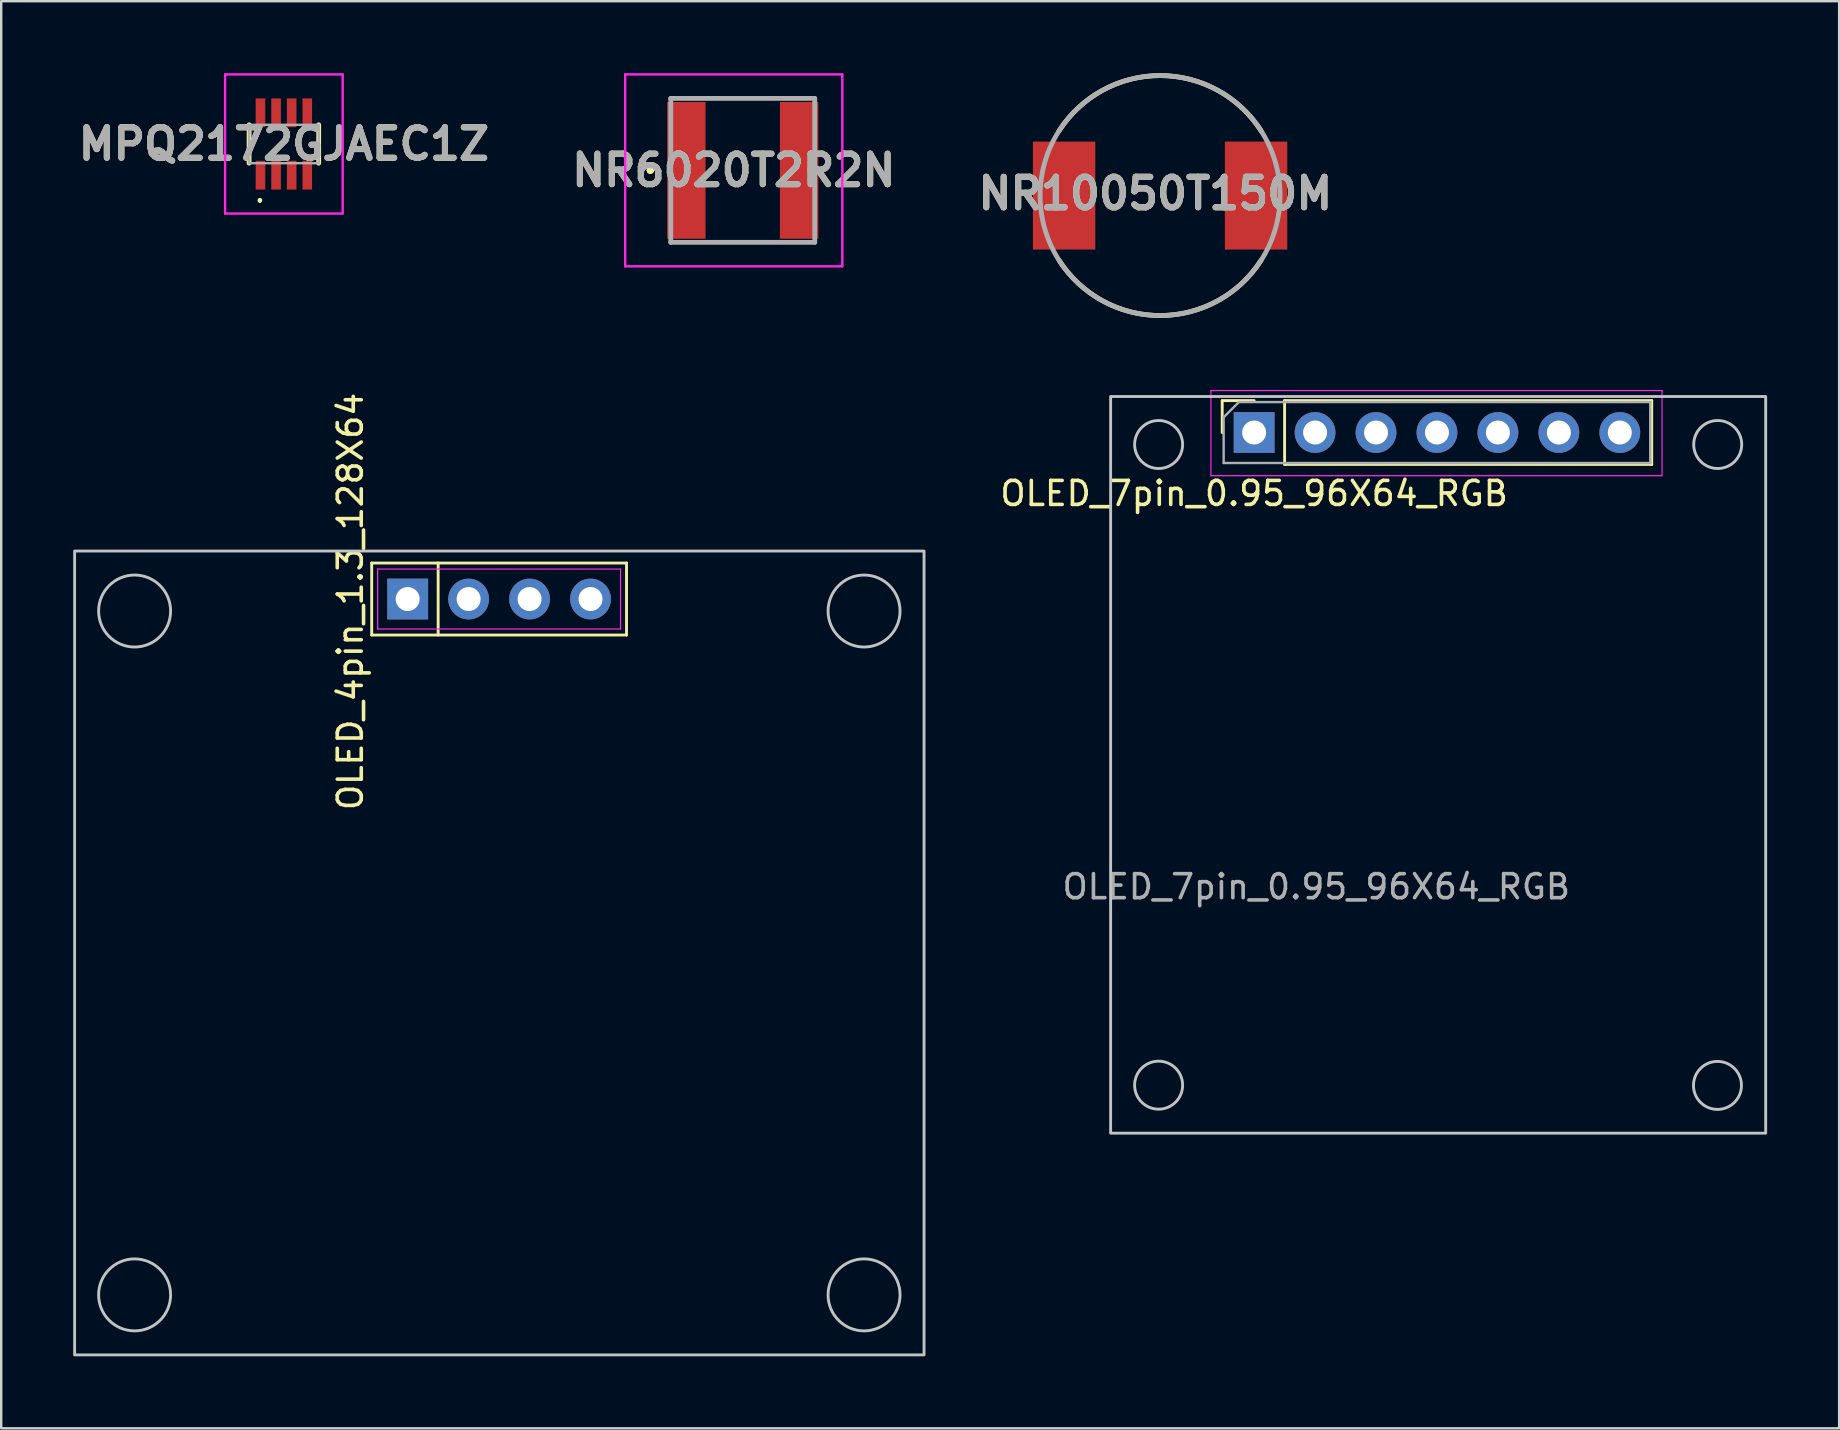
<source format=kicad_pcb>
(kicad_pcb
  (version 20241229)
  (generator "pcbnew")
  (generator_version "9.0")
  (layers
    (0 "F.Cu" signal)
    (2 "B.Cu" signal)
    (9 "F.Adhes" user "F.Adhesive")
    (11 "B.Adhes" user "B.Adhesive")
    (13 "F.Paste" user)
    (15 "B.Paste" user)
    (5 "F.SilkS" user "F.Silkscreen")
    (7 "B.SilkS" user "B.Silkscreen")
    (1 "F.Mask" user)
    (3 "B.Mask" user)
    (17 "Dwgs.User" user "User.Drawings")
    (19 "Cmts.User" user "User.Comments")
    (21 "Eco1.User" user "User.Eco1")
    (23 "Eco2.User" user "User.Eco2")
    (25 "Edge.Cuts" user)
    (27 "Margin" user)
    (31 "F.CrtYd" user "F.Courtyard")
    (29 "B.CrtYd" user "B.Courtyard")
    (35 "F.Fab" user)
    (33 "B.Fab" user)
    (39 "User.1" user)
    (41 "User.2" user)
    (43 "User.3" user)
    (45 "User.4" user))
  (footprint "NR6020T2R2N"
    (layer "F.Cu")
    (at 27.904 4.05)
    (property "Reference" "NR6020T2R2N" (at -0.375 0 0) (layer "F.SilkS") (effects (font (size 1.27 1.27) (thickness 0.254))))
    (attr smd)
    (fp_line (start -3.9 0) (end -3.9 0) (stroke (width 0.2) (type solid)) (layer "F.SilkS"))
    (fp_line (start -3.9 0) (end -3.9 0) (stroke (width 0.2) (type solid)) (layer "F.SilkS"))
    (fp_line (start -3.8 0) (end -3.8 0) (stroke (width 0.2) (type solid)) (layer "F.SilkS"))
    (fp_arc (start -3.9 0) (mid -3.85 -0.05) (end -3.8 0) (stroke (width 0.2) (type solid)) (layer "F.SilkS"))
    (fp_arc (start -3.8 0) (mid -3.85 0.05) (end -3.9 0) (stroke (width 0.2) (type solid)) (layer "F.SilkS"))
    (fp_arc (start -3.8 0) (mid -3.85 0.05) (end -3.9 0) (stroke (width 0.2) (type solid)) (layer "F.SilkS"))
    (fp_line (start -4.9 -4) (end 4.15 -4) (stroke (width 0.1) (type solid)) (layer "F.CrtYd"))
    (fp_line (start -4.9 4) (end -4.9 -4) (stroke (width 0.1) (type solid)) (layer "F.CrtYd"))
    (fp_line (start 4.15 -4) (end 4.15 4) (stroke (width 0.1) (type solid)) (layer "F.CrtYd"))
    (fp_line (start 4.15 4) (end -4.9 4) (stroke (width 0.1) (type solid)) (layer "F.CrtYd"))
    (fp_line (start -3 -3) (end -3 3) (stroke (width 0.2) (type solid)) (layer "F.Fab"))
    (fp_line (start -3 3) (end 3 3) (stroke (width 0.2) (type solid)) (layer "F.Fab"))
    (fp_line (start 3 -3) (end -3 -3) (stroke (width 0.2) (type solid)) (layer "F.Fab"))
    (fp_line (start 3 3) (end 3 -3) (stroke (width 0.2) (type solid)) (layer "F.Fab"))
    (fp_text user "${REFERENCE}" (at -0.375 0 0) (layer "F.Fab") (effects (font (size 1.27 1.27) (thickness 0.254))))
    (pad "1" smd rect (at -2.35 0) (size 1.6 5.7) (layers "F.Cu" "F.Mask" "F.Paste"))
    (pad "2" smd rect (at 2.35 0) (size 1.6 5.7) (layers "F.Cu" "F.Mask" "F.Paste")))
  (footprint "OLED_4pin_1.3_128X64"
    (layer "F.Cu")
    (at 17.76 36.665)
    (property "Reference" "OLED_4pin_1.3_128X64" (at -6.21 -14.65 270) (layer "F.SilkS") (effects (font (size 1 1) (thickness 0.15))))
    (attr through_hole)
    (fp_line (start -5.32 -16.25) (end 5.3 -16.25) (stroke (width 0.12) (type solid)) (layer "F.SilkS"))
    (fp_line (start -5.32 -13.25) (end -5.32 -16.25) (stroke (width 0.12) (type solid)) (layer "F.SilkS"))
    (fp_line (start -2.55 -16.25) (end -2.55 -13.25) (stroke (width 0.12) (type solid)) (layer "F.SilkS"))
    (fp_line (start 5.3 -16.25) (end 5.3 -13.25) (stroke (width 0.12) (type solid)) (layer "F.SilkS"))
    (fp_line (start 5.3 -13.25) (end -5.32 -13.25) (stroke (width 0.12) (type solid)) (layer "F.SilkS"))
    (fp_rect (start -17.7 -16.75) (end 17.7 16.75) (stroke (width 0.12) (type default)) (fill no) (layer "Dwgs.User"))
    (fp_circle (center -15.2 -14.25) (end -13.7 -14.25) (stroke (width 0.12) (type default)) (fill no) (layer "Dwgs.User"))
    (fp_circle (center -15.2 14.25) (end -13.7 14.25) (stroke (width 0.12) (type default)) (fill no) (layer "Dwgs.User"))
    (fp_circle (center 15.2 -14.25) (end 16.7 -14.25) (stroke (width 0.12) (type default)) (fill no) (layer "Dwgs.User"))
    (fp_circle (center 15.2 14.25) (end 16.7 14.25) (stroke (width 0.12) (type default)) (fill no) (layer "Dwgs.User"))
    (fp_line (start -5.07 -16) (end 5.05 -16) (stroke (width 0.05) (type solid)) (layer "F.CrtYd"))
    (fp_line (start -5.07 -13.5) (end -5.07 -16) (stroke (width 0.05) (type solid)) (layer "F.CrtYd"))
    (fp_line (start 5.05 -16) (end 5.05 -13.5) (stroke (width 0.05) (type solid)) (layer "F.CrtYd"))
    (fp_line (start 5.05 -13.5) (end -5.07 -13.5) (stroke (width 0.05) (type solid)) (layer "F.CrtYd"))
    (pad "1" thru_hole rect (at -3.82 -14.75) (size 1.7 1.7) (drill 1) (layers "*.Cu" "*.Mask"))
    (pad "2" thru_hole circle (at -1.28 -14.75) (size 1.7 1.7) (drill 1) (layers "*.Cu" "*.Mask"))
    (pad "3" thru_hole circle (at 1.26 -14.75) (size 1.7 1.7) (drill 1) (layers "*.Cu" "*.Mask"))
    (pad "4" thru_hole circle (at 3.8 -14.75) (size 1.7 1.7) (drill 1) (layers "*.Cu" "*.Mask")))
  (footprint "NR10050T150M"
    (layer "F.Cu")
    (at 45.297 5.1)
    (property "Reference" "NR10050T150M" (at -0.199 -0.086 0) (layer "F.SilkS") (effects (font (size 1.27 1.27) (thickness 0.254))))
    (attr smd)
    (fp_arc (start -4.20833 -2.7) (mid -0.00143 -5.000004) (end 4.206784 -2.702407) (stroke (width 0.2) (type solid)) (layer "F.SilkS"))
    (fp_arc (start 4.20833 2.7) (mid 0.00143 5.000004) (end -4.206784 2.702407) (stroke (width 0.2) (type solid)) (layer "F.SilkS"))
    (fp_circle (center 0 0) (end 0 5) (stroke (width 0.2) (type solid)) (fill no) (layer "F.Fab"))
    (fp_text user "${REFERENCE}" (at -0.199 -0.086 0) (layer "F.Fab") (effects (font (size 1.27 1.27) (thickness 0.254))))
    (pad "1" smd rect (at -4 0) (size 2.6 4.5) (layers "F.Cu" "F.Mask" "F.Paste"))
    (pad "2" smd rect (at 4 0) (size 2.6 4.5) (layers "F.Cu" "F.Mask" "F.Paste")))
  (footprint "MPQ2172GJAEC1Z"
    (layer "F.Cu")
    (at 8.781 2.95)
    (property "Reference" "MPQ2172GJAEC1Z" (at 0 0 0) (layer "F.SilkS") (effects (font (size 1.27 1.27) (thickness 0.254))))
    (attr smd)
    (fp_line (start -1.45 -0.8) (end -1.45 0.8) (stroke (width 0.2) (type solid)) (layer "F.SilkS"))
    (fp_line (start -1 2.3) (end -1 2.3) (stroke (width 0.1) (type solid)) (layer "F.SilkS"))
    (fp_line (start -1 2.4) (end -1 2.4) (stroke (width 0.1) (type solid)) (layer "F.SilkS"))
    (fp_line (start 1.45 -0.8) (end 1.45 0.8) (stroke (width 0.2) (type solid)) (layer "F.SilkS"))
    (fp_arc (start -1 2.3) (mid -0.95 2.35) (end -1 2.4) (stroke (width 0.1) (type solid)) (layer "F.SilkS"))
    (fp_arc (start -1 2.4) (mid -1.05 2.35) (end -1 2.3) (stroke (width 0.1) (type solid)) (layer "F.SilkS"))
    (fp_line (start -2.45 -2.9) (end 2.45 -2.9) (stroke (width 0.1) (type solid)) (layer "F.CrtYd"))
    (fp_line (start -2.45 2.9) (end -2.45 -2.9) (stroke (width 0.1) (type solid)) (layer "F.CrtYd"))
    (fp_line (start 2.45 -2.9) (end 2.45 2.9) (stroke (width 0.1) (type solid)) (layer "F.CrtYd"))
    (fp_line (start 2.45 2.9) (end -2.45 2.9) (stroke (width 0.1) (type solid)) (layer "F.CrtYd"))
    (fp_line (start -1.45 -0.8) (end 1.45 -0.8) (stroke (width 0.1) (type solid)) (layer "F.Fab"))
    (fp_line (start -1.45 0.8) (end -1.45 -0.8) (stroke (width 0.1) (type solid)) (layer "F.Fab"))
    (fp_line (start 1.45 -0.8) (end 1.45 0.8) (stroke (width 0.1) (type solid)) (layer "F.Fab"))
    (fp_line (start 1.45 0.8) (end -1.45 0.8) (stroke (width 0.1) (type solid)) (layer "F.Fab"))
    (fp_text user "${REFERENCE}" (at 0 0 0) (layer "F.Fab") (effects (font (size 1.27 1.27) (thickness 0.254))))
    (pad "1" smd rect (at -0.975 1.3) (size 0.4 1.2) (layers "F.Cu" "F.Mask" "F.Paste"))
    (pad "2" smd rect (at -0.325 1.3) (size 0.4 1.2) (layers "F.Cu" "F.Mask" "F.Paste"))
    (pad "3" smd rect (at 0.325 1.3) (size 0.4 1.2) (layers "F.Cu" "F.Mask" "F.Paste"))
    (pad "4" smd rect (at 0.975 1.3) (size 0.4 1.2) (layers "F.Cu" "F.Mask" "F.Paste"))
    (pad "5" smd rect (at 0.975 -1.3) (size 0.4 1.2) (layers "F.Cu" "F.Mask" "F.Paste"))
    (pad "6" smd rect (at 0.325 -1.3) (size 0.4 1.2) (layers "F.Cu" "F.Mask" "F.Paste"))
    (pad "7" smd rect (at -0.325 -1.3) (size 0.4 1.2) (layers "F.Cu" "F.Mask" "F.Paste"))
    (pad "8" smd rect (at -0.975 -1.3) (size 0.4 1.2) (layers "F.Cu" "F.Mask" "F.Paste")))
  (footprint "OLED_7pin_0.95_96X64_RGB"
    (layer "F.Cu")
    (at 56.886 28.825)
    (property "Reference" "OLED_7pin_0.95_96X64_RGB" (at -7.67 -11.31 180) (layer "F.SilkS") (effects (font (size 1 1) (thickness 0.15))))
    (attr through_hole)
    (fp_line (start -9 -15.18) (end -7.67 -15.18) (stroke (width 0.12) (type solid)) (layer "F.SilkS"))
    (fp_line (start -9 -13.85) (end -9 -15.18) (stroke (width 0.12) (type solid)) (layer "F.SilkS"))
    (fp_line (start -6.4 -15.18) (end 8.9 -15.18) (stroke (width 0.12) (type solid)) (layer "F.SilkS"))
    (fp_line (start -6.4 -12.52) (end -6.4 -15.18) (stroke (width 0.12) (type solid)) (layer "F.SilkS"))
    (fp_line (start -6.4 -12.52) (end 8.9 -12.52) (stroke (width 0.12) (type solid)) (layer "F.SilkS"))
    (fp_line (start 8.9 -12.52) (end 8.9 -15.18) (stroke (width 0.12) (type solid)) (layer "F.SilkS"))
    (fp_rect (start -13.65 -15.35) (end 13.65 15.35) (stroke (width 0.12) (type default)) (fill no) (layer "Dwgs.User"))
    (fp_circle (center -11.65 -13.35) (end -11.65 -12.35) (stroke (width 0.12) (type default)) (fill no) (layer "Dwgs.User"))
    (fp_circle (center -11.65 13.35) (end -11.63 14.35) (stroke (width 0.12) (type default)) (fill no) (layer "Dwgs.User"))
    (fp_circle (center 11.64 13.36) (end 11.64 14.36) (stroke (width 0.12) (type default)) (fill no) (layer "Dwgs.User"))
    (fp_circle (center 11.65 -13.35) (end 11.65 -12.35) (stroke (width 0.12) (type default)) (fill no) (layer "Dwgs.User"))
    (fp_line (start -9.47 -15.6) (end 9.33 -15.6) (stroke (width 0.05) (type solid)) (layer "F.CrtYd"))
    (fp_line (start -9.47 -12.05) (end -9.47 -15.6) (stroke (width 0.05) (type solid)) (layer "F.CrtYd"))
    (fp_line (start 9.33 -15.6) (end 9.33 -12.05) (stroke (width 0.05) (type solid)) (layer "F.CrtYd"))
    (fp_line (start 9.33 -12.05) (end -9.47 -12.05) (stroke (width 0.05) (type solid)) (layer "F.CrtYd"))
    (fp_line (start -8.94 -14.485) (end -8.305 -15.12) (stroke (width 0.1) (type solid)) (layer "F.Fab"))
    (fp_line (start -8.94 -12.58) (end -8.94 -14.485) (stroke (width 0.1) (type solid)) (layer "F.Fab"))
    (fp_line (start -8.305 -15.12) (end 8.84 -15.12) (stroke (width 0.1) (type solid)) (layer "F.Fab"))
    (fp_line (start 8.84 -15.12) (end 8.84 -12.58) (stroke (width 0.1) (type solid)) (layer "F.Fab"))
    (fp_line (start 8.84 -12.58) (end -8.94 -12.58) (stroke (width 0.1) (type solid)) (layer "F.Fab"))
    (fp_text user "${REFERENCE}" (at -5.08 5.08 180) (layer "F.Fab") (effects (font (size 1 1) (thickness 0.15))))
    (pad "1" thru_hole rect (at -7.67 -13.85 90) (size 1.7 1.7) (drill 1) (layers "*.Cu" "*.Mask"))
    (pad "2" thru_hole oval (at -5.13 -13.85 90) (size 1.7 1.7) (drill 1) (layers "*.Cu" "*.Mask"))
    (pad "3" thru_hole oval (at -2.59 -13.85 90) (size 1.7 1.7) (drill 1) (layers "*.Cu" "*.Mask"))
    (pad "4" thru_hole oval (at -0.05 -13.85 90) (size 1.7 1.7) (drill 1) (layers "*.Cu" "*.Mask"))
    (pad "5" thru_hole oval (at 2.49 -13.85 90) (size 1.7 1.7) (drill 1) (layers "*.Cu" "*.Mask"))
    (pad "6" thru_hole oval (at 5.03 -13.85 90) (size 1.7 1.7) (drill 1) (layers "*.Cu" "*.Mask"))
    (pad "7" thru_hole oval (at 7.57 -13.85 90) (size 1.7 1.7) (drill 1) (layers "*.Cu" "*.Mask")))
  (gr_rect
    (start -3 -3)
    (end 73.596 56.475)
    (stroke (width 0.1) (type default))
    (fill no)
    (layer "Edge.Cuts")))
</source>
